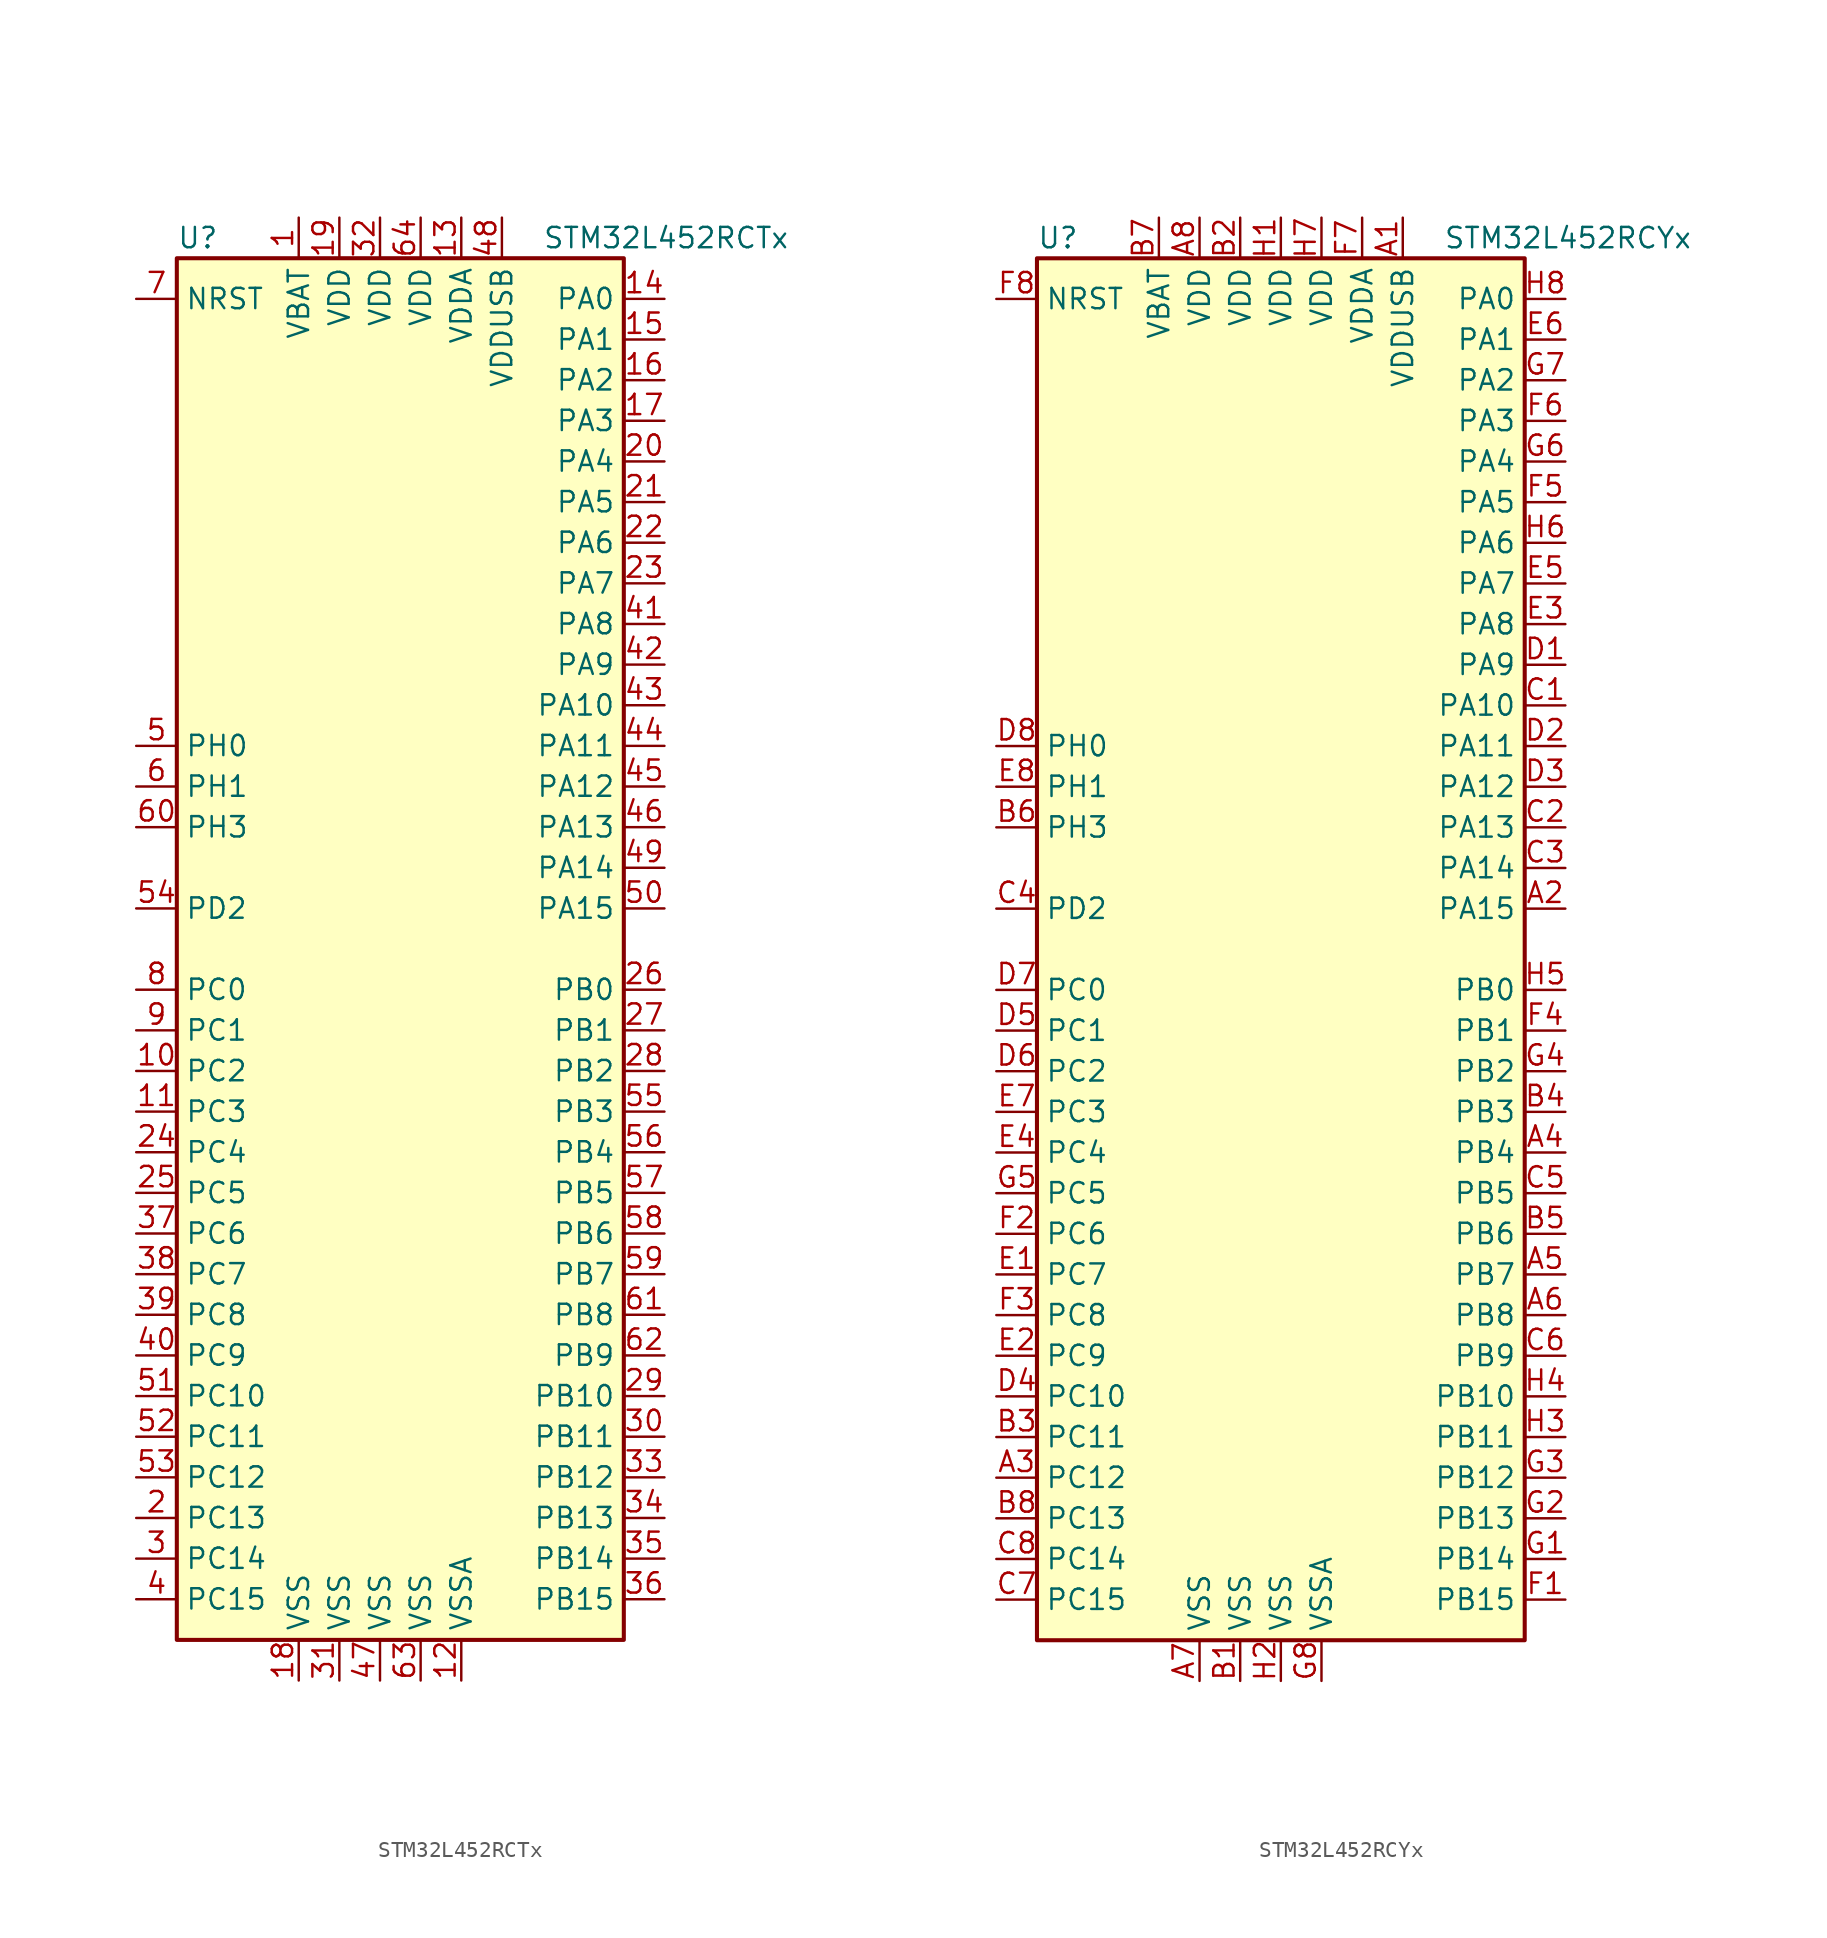
<source format=kicad_sym>
(kicad_symbol_lib
  (version 20201005)
  (generator kicad_symbol_editor)
  (symbol "STM32L452RCTx"
    (property "Reference" "U"
      (at -15.24 44.45 0)
      (effects (font (size 1.27 1.27)) (justify left)))
    (property "Value" "STM32L452RCTx"
      (at 7.62 44.45 0)
      (effects (font (size 1.27 1.27)) (justify left)))
    (symbol "STM32L452RCTx_0_1"
      (rectangle (start -15.24 -43.18) (end 12.7 43.18) (stroke (width 0.254)) (fill (type background))))
    (symbol "STM32L452RCTx_1_1"
      (pin input line (at -17.78 40.64 0) (length 2.54) (name "NRST" (effects (font (size 1.27 1.27)))) (number "7" (effects (font (size 1.27 1.27)))))
      (pin bidirectional line (at 15.24 40.64 180) (length 2.54) (name "PA0" (effects (font (size 1.27 1.27)))) (number "14" (effects (font (size 1.27 1.27)))))
      (pin bidirectional line (at 15.24 38.1 180) (length 2.54) (name "PA1" (effects (font (size 1.27 1.27)))) (number "15" (effects (font (size 1.27 1.27)))))
      (pin bidirectional line (at 15.24 15.24 180) (length 2.54) (name "PA10" (effects (font (size 1.27 1.27)))) (number "43" (effects (font (size 1.27 1.27)))))
      (pin bidirectional line (at 15.24 12.7 180) (length 2.54) (name "PA11" (effects (font (size 1.27 1.27)))) (number "44" (effects (font (size 1.27 1.27)))))
      (pin bidirectional line (at 15.24 10.16 180) (length 2.54) (name "PA12" (effects (font (size 1.27 1.27)))) (number "45" (effects (font (size 1.27 1.27)))))
      (pin bidirectional line (at 15.24 7.62 180) (length 2.54) (name "PA13" (effects (font (size 1.27 1.27)))) (number "46" (effects (font (size 1.27 1.27)))))
      (pin bidirectional line (at 15.24 5.08 180) (length 2.54) (name "PA14" (effects (font (size 1.27 1.27)))) (number "49" (effects (font (size 1.27 1.27)))))
      (pin bidirectional line (at 15.24 2.54 180) (length 2.54) (name "PA15" (effects (font (size 1.27 1.27)))) (number "50" (effects (font (size 1.27 1.27)))))
      (pin bidirectional line (at 15.24 35.56 180) (length 2.54) (name "PA2" (effects (font (size 1.27 1.27)))) (number "16" (effects (font (size 1.27 1.27)))))
      (pin bidirectional line (at 15.24 33.02 180) (length 2.54) (name "PA3" (effects (font (size 1.27 1.27)))) (number "17" (effects (font (size 1.27 1.27)))))
      (pin bidirectional line (at 15.24 30.48 180) (length 2.54) (name "PA4" (effects (font (size 1.27 1.27)))) (number "20" (effects (font (size 1.27 1.27)))))
      (pin bidirectional line (at 15.24 27.94 180) (length 2.54) (name "PA5" (effects (font (size 1.27 1.27)))) (number "21" (effects (font (size 1.27 1.27)))))
      (pin bidirectional line (at 15.24 25.4 180) (length 2.54) (name "PA6" (effects (font (size 1.27 1.27)))) (number "22" (effects (font (size 1.27 1.27)))))
      (pin bidirectional line (at 15.24 22.86 180) (length 2.54) (name "PA7" (effects (font (size 1.27 1.27)))) (number "23" (effects (font (size 1.27 1.27)))))
      (pin bidirectional line (at 15.24 20.32 180) (length 2.54) (name "PA8" (effects (font (size 1.27 1.27)))) (number "41" (effects (font (size 1.27 1.27)))))
      (pin bidirectional line (at 15.24 17.78 180) (length 2.54) (name "PA9" (effects (font (size 1.27 1.27)))) (number "42" (effects (font (size 1.27 1.27)))))
      (pin bidirectional line (at 15.24 -2.54 180) (length 2.54) (name "PB0" (effects (font (size 1.27 1.27)))) (number "26" (effects (font (size 1.27 1.27)))))
      (pin bidirectional line (at 15.24 -5.08 180) (length 2.54) (name "PB1" (effects (font (size 1.27 1.27)))) (number "27" (effects (font (size 1.27 1.27)))))
      (pin bidirectional line (at 15.24 -27.94 180) (length 2.54) (name "PB10" (effects (font (size 1.27 1.27)))) (number "29" (effects (font (size 1.27 1.27)))))
      (pin bidirectional line (at 15.24 -30.48 180) (length 2.54) (name "PB11" (effects (font (size 1.27 1.27)))) (number "30" (effects (font (size 1.27 1.27)))))
      (pin bidirectional line (at 15.24 -33.02 180) (length 2.54) (name "PB12" (effects (font (size 1.27 1.27)))) (number "33" (effects (font (size 1.27 1.27)))))
      (pin bidirectional line (at 15.24 -35.56 180) (length 2.54) (name "PB13" (effects (font (size 1.27 1.27)))) (number "34" (effects (font (size 1.27 1.27)))))
      (pin bidirectional line (at 15.24 -38.1 180) (length 2.54) (name "PB14" (effects (font (size 1.27 1.27)))) (number "35" (effects (font (size 1.27 1.27)))))
      (pin bidirectional line (at 15.24 -40.64 180) (length 2.54) (name "PB15" (effects (font (size 1.27 1.27)))) (number "36" (effects (font (size 1.27 1.27)))))
      (pin bidirectional line (at 15.24 -7.62 180) (length 2.54) (name "PB2" (effects (font (size 1.27 1.27)))) (number "28" (effects (font (size 1.27 1.27)))))
      (pin bidirectional line (at 15.24 -10.16 180) (length 2.54) (name "PB3" (effects (font (size 1.27 1.27)))) (number "55" (effects (font (size 1.27 1.27)))))
      (pin bidirectional line (at 15.24 -12.7 180) (length 2.54) (name "PB4" (effects (font (size 1.27 1.27)))) (number "56" (effects (font (size 1.27 1.27)))))
      (pin bidirectional line (at 15.24 -15.24 180) (length 2.54) (name "PB5" (effects (font (size 1.27 1.27)))) (number "57" (effects (font (size 1.27 1.27)))))
      (pin bidirectional line (at 15.24 -17.78 180) (length 2.54) (name "PB6" (effects (font (size 1.27 1.27)))) (number "58" (effects (font (size 1.27 1.27)))))
      (pin bidirectional line (at 15.24 -20.32 180) (length 2.54) (name "PB7" (effects (font (size 1.27 1.27)))) (number "59" (effects (font (size 1.27 1.27)))))
      (pin bidirectional line (at 15.24 -22.86 180) (length 2.54) (name "PB8" (effects (font (size 1.27 1.27)))) (number "61" (effects (font (size 1.27 1.27)))))
      (pin bidirectional line (at 15.24 -25.4 180) (length 2.54) (name "PB9" (effects (font (size 1.27 1.27)))) (number "62" (effects (font (size 1.27 1.27)))))
      (pin bidirectional line (at -17.78 -2.54 0) (length 2.54) (name "PC0" (effects (font (size 1.27 1.27)))) (number "8" (effects (font (size 1.27 1.27)))))
      (pin bidirectional line (at -17.78 -5.08 0) (length 2.54) (name "PC1" (effects (font (size 1.27 1.27)))) (number "9" (effects (font (size 1.27 1.27)))))
      (pin bidirectional line (at -17.78 -27.94 0) (length 2.54) (name "PC10" (effects (font (size 1.27 1.27)))) (number "51" (effects (font (size 1.27 1.27)))))
      (pin bidirectional line (at -17.78 -30.48 0) (length 2.54) (name "PC11" (effects (font (size 1.27 1.27)))) (number "52" (effects (font (size 1.27 1.27)))))
      (pin bidirectional line (at -17.78 -33.02 0) (length 2.54) (name "PC12" (effects (font (size 1.27 1.27)))) (number "53" (effects (font (size 1.27 1.27)))))
      (pin bidirectional line (at -17.78 -35.56 0) (length 2.54) (name "PC13" (effects (font (size 1.27 1.27)))) (number "2" (effects (font (size 1.27 1.27)))))
      (pin bidirectional line (at -17.78 -38.1 0) (length 2.54) (name "PC14" (effects (font (size 1.27 1.27)))) (number "3" (effects (font (size 1.27 1.27)))))
      (pin bidirectional line (at -17.78 -40.64 0) (length 2.54) (name "PC15" (effects (font (size 1.27 1.27)))) (number "4" (effects (font (size 1.27 1.27)))))
      (pin bidirectional line (at -17.78 -7.62 0) (length 2.54) (name "PC2" (effects (font (size 1.27 1.27)))) (number "10" (effects (font (size 1.27 1.27)))))
      (pin bidirectional line (at -17.78 -10.16 0) (length 2.54) (name "PC3" (effects (font (size 1.27 1.27)))) (number "11" (effects (font (size 1.27 1.27)))))
      (pin bidirectional line (at -17.78 -12.7 0) (length 2.54) (name "PC4" (effects (font (size 1.27 1.27)))) (number "24" (effects (font (size 1.27 1.27)))))
      (pin bidirectional line (at -17.78 -15.24 0) (length 2.54) (name "PC5" (effects (font (size 1.27 1.27)))) (number "25" (effects (font (size 1.27 1.27)))))
      (pin bidirectional line (at -17.78 -17.78 0) (length 2.54) (name "PC6" (effects (font (size 1.27 1.27)))) (number "37" (effects (font (size 1.27 1.27)))))
      (pin bidirectional line (at -17.78 -20.32 0) (length 2.54) (name "PC7" (effects (font (size 1.27 1.27)))) (number "38" (effects (font (size 1.27 1.27)))))
      (pin bidirectional line (at -17.78 -22.86 0) (length 2.54) (name "PC8" (effects (font (size 1.27 1.27)))) (number "39" (effects (font (size 1.27 1.27)))))
      (pin bidirectional line (at -17.78 -25.4 0) (length 2.54) (name "PC9" (effects (font (size 1.27 1.27)))) (number "40" (effects (font (size 1.27 1.27)))))
      (pin bidirectional line (at -17.78 2.54 0) (length 2.54) (name "PD2" (effects (font (size 1.27 1.27)))) (number "54" (effects (font (size 1.27 1.27)))))
      (pin input line (at -17.78 12.7 0) (length 2.54) (name "PH0" (effects (font (size 1.27 1.27)))) (number "5" (effects (font (size 1.27 1.27)))))
      (pin input line (at -17.78 10.16 0) (length 2.54) (name "PH1" (effects (font (size 1.27 1.27)))) (number "6" (effects (font (size 1.27 1.27)))))
      (pin bidirectional line (at -17.78 7.62 0) (length 2.54) (name "PH3" (effects (font (size 1.27 1.27)))) (number "60" (effects (font (size 1.27 1.27)))))
      (pin power_in line (at -7.62 45.72 270) (length 2.54) (name "VBAT" (effects (font (size 1.27 1.27)))) (number "1" (effects (font (size 1.27 1.27)))))
      (pin power_in line (at -5.08 45.72 270) (length 2.54) (name "VDD" (effects (font (size 1.27 1.27)))) (number "19" (effects (font (size 1.27 1.27)))))
      (pin power_in line (at -2.54 45.72 270) (length 2.54) (name "VDD" (effects (font (size 1.27 1.27)))) (number "32" (effects (font (size 1.27 1.27)))))
      (pin power_in line (at 0 45.72 270) (length 2.54) (name "VDD" (effects (font (size 1.27 1.27)))) (number "64" (effects (font (size 1.27 1.27)))))
      (pin power_in line (at 2.54 45.72 270) (length 2.54) (name "VDDA" (effects (font (size 1.27 1.27)))) (number "13" (effects (font (size 1.27 1.27)))))
      (pin power_in line (at 5.08 45.72 270) (length 2.54) (name "VDDUSB" (effects (font (size 1.27 1.27)))) (number "48" (effects (font (size 1.27 1.27)))))
      (pin power_in line (at -7.62 -45.72 90) (length 2.54) (name "VSS" (effects (font (size 1.27 1.27)))) (number "18" (effects (font (size 1.27 1.27)))))
      (pin power_in line (at -5.08 -45.72 90) (length 2.54) (name "VSS" (effects (font (size 1.27 1.27)))) (number "31" (effects (font (size 1.27 1.27)))))
      (pin power_in line (at -2.54 -45.72 90) (length 2.54) (name "VSS" (effects (font (size 1.27 1.27)))) (number "47" (effects (font (size 1.27 1.27)))))
      (pin power_in line (at 0 -45.72 90) (length 2.54) (name "VSS" (effects (font (size 1.27 1.27)))) (number "63" (effects (font (size 1.27 1.27)))))
      (pin power_in line (at 2.54 -45.72 90) (length 2.54) (name "VSSA" (effects (font (size 1.27 1.27)))) (number "12" (effects (font (size 1.27 1.27)))))))
  (symbol "STM32L452RCYx"
    (property "Reference" "U"
      (at -15.24 44.45 0)
      (effects (font (size 1.27 1.27)) (justify left)))
    (property "Value" "STM32L452RCYx"
      (at 10.16 44.45 0)
      (effects (font (size 1.27 1.27)) (justify left)))
    (symbol "STM32L452RCYx_0_1"
      (rectangle (start -15.24 -43.18) (end 15.24 43.18) (stroke (width 0.254)) (fill (type background))))
    (symbol "STM32L452RCYx_1_1"
      (pin input line (at -17.78 40.64 0) (length 2.54) (name "NRST" (effects (font (size 1.27 1.27)))) (number "F8" (effects (font (size 1.27 1.27)))))
      (pin bidirectional line (at 17.78 40.64 180) (length 2.54) (name "PA0" (effects (font (size 1.27 1.27)))) (number "H8" (effects (font (size 1.27 1.27)))))
      (pin bidirectional line (at 17.78 38.1 180) (length 2.54) (name "PA1" (effects (font (size 1.27 1.27)))) (number "E6" (effects (font (size 1.27 1.27)))))
      (pin bidirectional line (at 17.78 15.24 180) (length 2.54) (name "PA10" (effects (font (size 1.27 1.27)))) (number "C1" (effects (font (size 1.27 1.27)))))
      (pin bidirectional line (at 17.78 12.7 180) (length 2.54) (name "PA11" (effects (font (size 1.27 1.27)))) (number "D2" (effects (font (size 1.27 1.27)))))
      (pin bidirectional line (at 17.78 10.16 180) (length 2.54) (name "PA12" (effects (font (size 1.27 1.27)))) (number "D3" (effects (font (size 1.27 1.27)))))
      (pin bidirectional line (at 17.78 7.62 180) (length 2.54) (name "PA13" (effects (font (size 1.27 1.27)))) (number "C2" (effects (font (size 1.27 1.27)))))
      (pin bidirectional line (at 17.78 5.08 180) (length 2.54) (name "PA14" (effects (font (size 1.27 1.27)))) (number "C3" (effects (font (size 1.27 1.27)))))
      (pin bidirectional line (at 17.78 2.54 180) (length 2.54) (name "PA15" (effects (font (size 1.27 1.27)))) (number "A2" (effects (font (size 1.27 1.27)))))
      (pin bidirectional line (at 17.78 35.56 180) (length 2.54) (name "PA2" (effects (font (size 1.27 1.27)))) (number "G7" (effects (font (size 1.27 1.27)))))
      (pin bidirectional line (at 17.78 33.02 180) (length 2.54) (name "PA3" (effects (font (size 1.27 1.27)))) (number "F6" (effects (font (size 1.27 1.27)))))
      (pin bidirectional line (at 17.78 30.48 180) (length 2.54) (name "PA4" (effects (font (size 1.27 1.27)))) (number "G6" (effects (font (size 1.27 1.27)))))
      (pin bidirectional line (at 17.78 27.94 180) (length 2.54) (name "PA5" (effects (font (size 1.27 1.27)))) (number "F5" (effects (font (size 1.27 1.27)))))
      (pin bidirectional line (at 17.78 25.4 180) (length 2.54) (name "PA6" (effects (font (size 1.27 1.27)))) (number "H6" (effects (font (size 1.27 1.27)))))
      (pin bidirectional line (at 17.78 22.86 180) (length 2.54) (name "PA7" (effects (font (size 1.27 1.27)))) (number "E5" (effects (font (size 1.27 1.27)))))
      (pin bidirectional line (at 17.78 20.32 180) (length 2.54) (name "PA8" (effects (font (size 1.27 1.27)))) (number "E3" (effects (font (size 1.27 1.27)))))
      (pin bidirectional line (at 17.78 17.78 180) (length 2.54) (name "PA9" (effects (font (size 1.27 1.27)))) (number "D1" (effects (font (size 1.27 1.27)))))
      (pin bidirectional line (at 17.78 -2.54 180) (length 2.54) (name "PB0" (effects (font (size 1.27 1.27)))) (number "H5" (effects (font (size 1.27 1.27)))))
      (pin bidirectional line (at 17.78 -5.08 180) (length 2.54) (name "PB1" (effects (font (size 1.27 1.27)))) (number "F4" (effects (font (size 1.27 1.27)))))
      (pin bidirectional line (at 17.78 -27.94 180) (length 2.54) (name "PB10" (effects (font (size 1.27 1.27)))) (number "H4" (effects (font (size 1.27 1.27)))))
      (pin bidirectional line (at 17.78 -30.48 180) (length 2.54) (name "PB11" (effects (font (size 1.27 1.27)))) (number "H3" (effects (font (size 1.27 1.27)))))
      (pin bidirectional line (at 17.78 -33.02 180) (length 2.54) (name "PB12" (effects (font (size 1.27 1.27)))) (number "G3" (effects (font (size 1.27 1.27)))))
      (pin bidirectional line (at 17.78 -35.56 180) (length 2.54) (name "PB13" (effects (font (size 1.27 1.27)))) (number "G2" (effects (font (size 1.27 1.27)))))
      (pin bidirectional line (at 17.78 -38.1 180) (length 2.54) (name "PB14" (effects (font (size 1.27 1.27)))) (number "G1" (effects (font (size 1.27 1.27)))))
      (pin bidirectional line (at 17.78 -40.64 180) (length 2.54) (name "PB15" (effects (font (size 1.27 1.27)))) (number "F1" (effects (font (size 1.27 1.27)))))
      (pin bidirectional line (at 17.78 -7.62 180) (length 2.54) (name "PB2" (effects (font (size 1.27 1.27)))) (number "G4" (effects (font (size 1.27 1.27)))))
      (pin bidirectional line (at 17.78 -10.16 180) (length 2.54) (name "PB3" (effects (font (size 1.27 1.27)))) (number "B4" (effects (font (size 1.27 1.27)))))
      (pin bidirectional line (at 17.78 -12.7 180) (length 2.54) (name "PB4" (effects (font (size 1.27 1.27)))) (number "A4" (effects (font (size 1.27 1.27)))))
      (pin bidirectional line (at 17.78 -15.24 180) (length 2.54) (name "PB5" (effects (font (size 1.27 1.27)))) (number "C5" (effects (font (size 1.27 1.27)))))
      (pin bidirectional line (at 17.78 -17.78 180) (length 2.54) (name "PB6" (effects (font (size 1.27 1.27)))) (number "B5" (effects (font (size 1.27 1.27)))))
      (pin bidirectional line (at 17.78 -20.32 180) (length 2.54) (name "PB7" (effects (font (size 1.27 1.27)))) (number "A5" (effects (font (size 1.27 1.27)))))
      (pin bidirectional line (at 17.78 -22.86 180) (length 2.54) (name "PB8" (effects (font (size 1.27 1.27)))) (number "A6" (effects (font (size 1.27 1.27)))))
      (pin bidirectional line (at 17.78 -25.4 180) (length 2.54) (name "PB9" (effects (font (size 1.27 1.27)))) (number "C6" (effects (font (size 1.27 1.27)))))
      (pin bidirectional line (at -17.78 -2.54 0) (length 2.54) (name "PC0" (effects (font (size 1.27 1.27)))) (number "D7" (effects (font (size 1.27 1.27)))))
      (pin bidirectional line (at -17.78 -5.08 0) (length 2.54) (name "PC1" (effects (font (size 1.27 1.27)))) (number "D5" (effects (font (size 1.27 1.27)))))
      (pin bidirectional line (at -17.78 -27.94 0) (length 2.54) (name "PC10" (effects (font (size 1.27 1.27)))) (number "D4" (effects (font (size 1.27 1.27)))))
      (pin bidirectional line (at -17.78 -30.48 0) (length 2.54) (name "PC11" (effects (font (size 1.27 1.27)))) (number "B3" (effects (font (size 1.27 1.27)))))
      (pin bidirectional line (at -17.78 -33.02 0) (length 2.54) (name "PC12" (effects (font (size 1.27 1.27)))) (number "A3" (effects (font (size 1.27 1.27)))))
      (pin bidirectional line (at -17.78 -35.56 0) (length 2.54) (name "PC13" (effects (font (size 1.27 1.27)))) (number "B8" (effects (font (size 1.27 1.27)))))
      (pin bidirectional line (at -17.78 -38.1 0) (length 2.54) (name "PC14" (effects (font (size 1.27 1.27)))) (number "C8" (effects (font (size 1.27 1.27)))))
      (pin bidirectional line (at -17.78 -40.64 0) (length 2.54) (name "PC15" (effects (font (size 1.27 1.27)))) (number "C7" (effects (font (size 1.27 1.27)))))
      (pin bidirectional line (at -17.78 -7.62 0) (length 2.54) (name "PC2" (effects (font (size 1.27 1.27)))) (number "D6" (effects (font (size 1.27 1.27)))))
      (pin bidirectional line (at -17.78 -10.16 0) (length 2.54) (name "PC3" (effects (font (size 1.27 1.27)))) (number "E7" (effects (font (size 1.27 1.27)))))
      (pin bidirectional line (at -17.78 -12.7 0) (length 2.54) (name "PC4" (effects (font (size 1.27 1.27)))) (number "E4" (effects (font (size 1.27 1.27)))))
      (pin bidirectional line (at -17.78 -15.24 0) (length 2.54) (name "PC5" (effects (font (size 1.27 1.27)))) (number "G5" (effects (font (size 1.27 1.27)))))
      (pin bidirectional line (at -17.78 -17.78 0) (length 2.54) (name "PC6" (effects (font (size 1.27 1.27)))) (number "F2" (effects (font (size 1.27 1.27)))))
      (pin bidirectional line (at -17.78 -20.32 0) (length 2.54) (name "PC7" (effects (font (size 1.27 1.27)))) (number "E1" (effects (font (size 1.27 1.27)))))
      (pin bidirectional line (at -17.78 -22.86 0) (length 2.54) (name "PC8" (effects (font (size 1.27 1.27)))) (number "F3" (effects (font (size 1.27 1.27)))))
      (pin bidirectional line (at -17.78 -25.4 0) (length 2.54) (name "PC9" (effects (font (size 1.27 1.27)))) (number "E2" (effects (font (size 1.27 1.27)))))
      (pin bidirectional line (at -17.78 2.54 0) (length 2.54) (name "PD2" (effects (font (size 1.27 1.27)))) (number "C4" (effects (font (size 1.27 1.27)))))
      (pin input line (at -17.78 12.7 0) (length 2.54) (name "PH0" (effects (font (size 1.27 1.27)))) (number "D8" (effects (font (size 1.27 1.27)))))
      (pin input line (at -17.78 10.16 0) (length 2.54) (name "PH1" (effects (font (size 1.27 1.27)))) (number "E8" (effects (font (size 1.27 1.27)))))
      (pin bidirectional line (at -17.78 7.62 0) (length 2.54) (name "PH3" (effects (font (size 1.27 1.27)))) (number "B6" (effects (font (size 1.27 1.27)))))
      (pin power_in line (at -7.62 45.72 270) (length 2.54) (name "VBAT" (effects (font (size 1.27 1.27)))) (number "B7" (effects (font (size 1.27 1.27)))))
      (pin power_in line (at -5.08 45.72 270) (length 2.54) (name "VDD" (effects (font (size 1.27 1.27)))) (number "A8" (effects (font (size 1.27 1.27)))))
      (pin power_in line (at -2.54 45.72 270) (length 2.54) (name "VDD" (effects (font (size 1.27 1.27)))) (number "B2" (effects (font (size 1.27 1.27)))))
      (pin power_in line (at 0 45.72 270) (length 2.54) (name "VDD" (effects (font (size 1.27 1.27)))) (number "H1" (effects (font (size 1.27 1.27)))))
      (pin power_in line (at 2.54 45.72 270) (length 2.54) (name "VDD" (effects (font (size 1.27 1.27)))) (number "H7" (effects (font (size 1.27 1.27)))))
      (pin power_in line (at 5.08 45.72 270) (length 2.54) (name "VDDA" (effects (font (size 1.27 1.27)))) (number "F7" (effects (font (size 1.27 1.27)))))
      (pin power_in line (at 7.62 45.72 270) (length 2.54) (name "VDDUSB" (effects (font (size 1.27 1.27)))) (number "A1" (effects (font (size 1.27 1.27)))))
      (pin power_in line (at -5.08 -45.72 90) (length 2.54) (name "VSS" (effects (font (size 1.27 1.27)))) (number "A7" (effects (font (size 1.27 1.27)))))
      (pin power_in line (at -2.54 -45.72 90) (length 2.54) (name "VSS" (effects (font (size 1.27 1.27)))) (number "B1" (effects (font (size 1.27 1.27)))))
      (pin power_in line (at 0 -45.72 90) (length 2.54) (name "VSS" (effects (font (size 1.27 1.27)))) (number "H2" (effects (font (size 1.27 1.27)))))
      (pin power_in line (at 2.54 -45.72 90) (length 2.54) (name "VSSA" (effects (font (size 1.27 1.27)))) (number "G8" (effects (font (size 1.27 1.27))))))))
</source>
